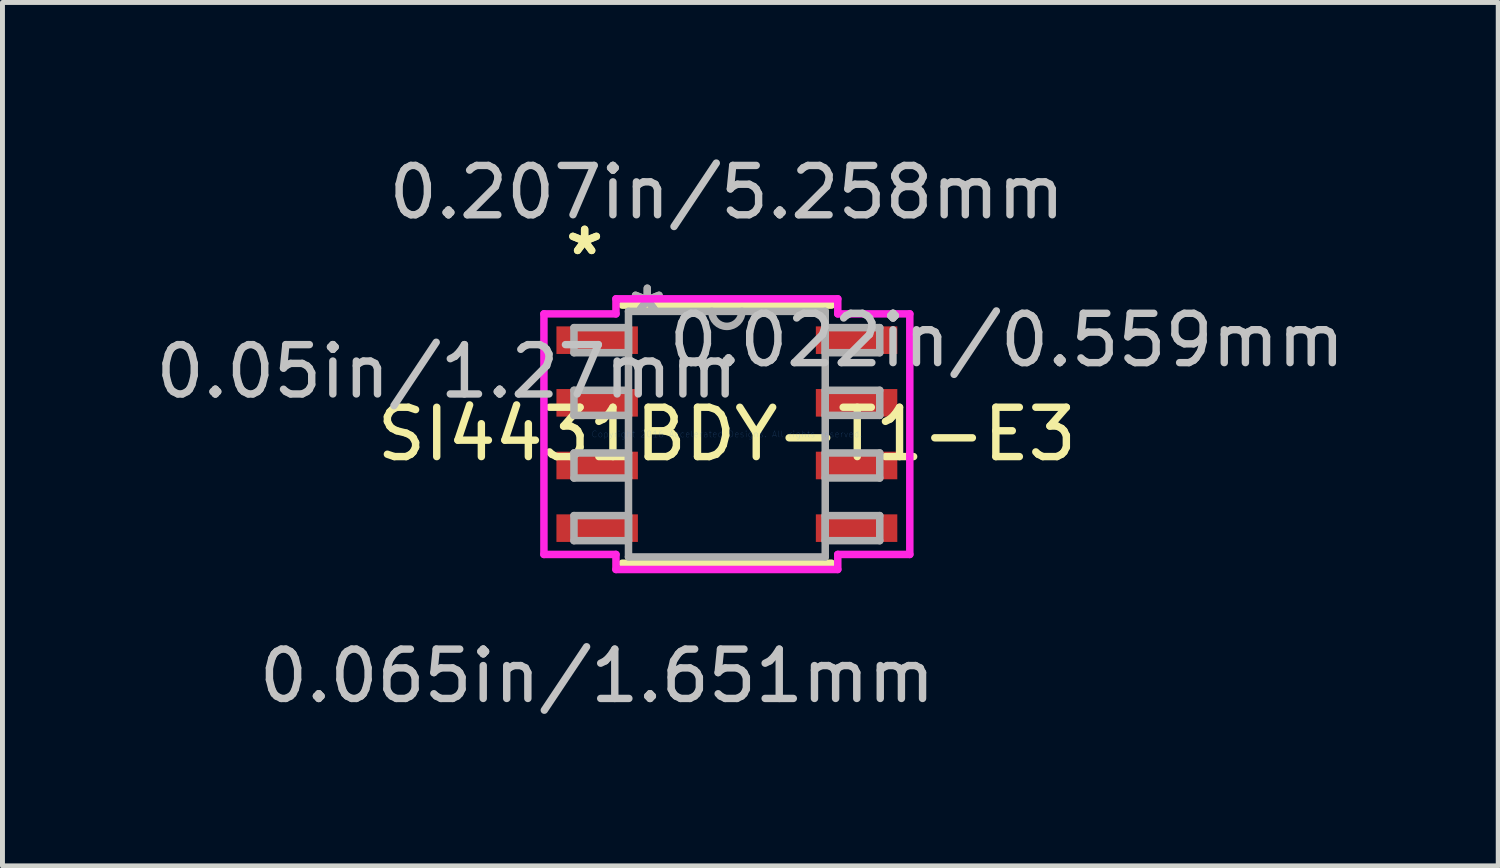
<source format=kicad_pcb>
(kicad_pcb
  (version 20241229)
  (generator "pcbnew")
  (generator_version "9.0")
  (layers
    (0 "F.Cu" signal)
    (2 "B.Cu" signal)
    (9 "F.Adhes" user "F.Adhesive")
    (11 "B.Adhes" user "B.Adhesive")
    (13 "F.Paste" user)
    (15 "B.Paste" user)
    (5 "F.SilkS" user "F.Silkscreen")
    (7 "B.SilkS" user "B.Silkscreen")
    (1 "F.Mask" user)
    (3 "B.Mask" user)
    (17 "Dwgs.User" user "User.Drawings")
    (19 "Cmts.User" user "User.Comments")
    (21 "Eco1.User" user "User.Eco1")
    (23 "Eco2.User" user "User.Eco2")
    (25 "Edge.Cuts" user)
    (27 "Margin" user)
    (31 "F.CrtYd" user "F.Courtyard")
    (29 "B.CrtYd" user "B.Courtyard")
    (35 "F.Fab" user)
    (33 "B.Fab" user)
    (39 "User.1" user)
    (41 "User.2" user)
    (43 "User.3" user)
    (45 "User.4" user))
  (footprint "SI4431BDY-T1-E3"
    (layer "F.Cu")
    (at 11.683 5.75)
    (property "Reference" "SI4431BDY-T1-E3" (at 0 0 0) (layer "F.SilkS") (effects (font (size 1 1) (thickness 0.15))))
    (attr through_hole)
    (fp_line (start -2.121 2.616) (end 2.121 2.616) (stroke (width 0.152) (type solid)) (layer "F.SilkS"))
    (fp_line (start 2.121 -2.616) (end -2.121 -2.616) (stroke (width 0.152) (type solid)) (layer "F.SilkS"))
    (fp_line (start -3.708 -2.438) (end -2.248 -2.438) (stroke (width 0.152) (type solid)) (layer "F.CrtYd"))
    (fp_line (start -3.708 2.438) (end -3.708 -2.438) (stroke (width 0.152) (type solid)) (layer "F.CrtYd"))
    (fp_line (start -2.248 -2.743) (end 2.248 -2.743) (stroke (width 0.152) (type solid)) (layer "F.CrtYd"))
    (fp_line (start -2.248 -2.438) (end -2.248 -2.743) (stroke (width 0.152) (type solid)) (layer "F.CrtYd"))
    (fp_line (start -2.248 2.438) (end -3.708 2.438) (stroke (width 0.152) (type solid)) (layer "F.CrtYd"))
    (fp_line (start -2.248 2.743) (end -2.248 2.438) (stroke (width 0.152) (type solid)) (layer "F.CrtYd"))
    (fp_line (start 2.248 -2.743) (end 2.248 -2.438) (stroke (width 0.152) (type solid)) (layer "F.CrtYd"))
    (fp_line (start 2.248 -2.438) (end 3.708 -2.438) (stroke (width 0.152) (type solid)) (layer "F.CrtYd"))
    (fp_line (start 2.248 2.438) (end 2.248 2.743) (stroke (width 0.152) (type solid)) (layer "F.CrtYd"))
    (fp_line (start 2.248 2.743) (end -2.248 2.743) (stroke (width 0.152) (type solid)) (layer "F.CrtYd"))
    (fp_line (start 3.708 -2.438) (end 3.708 2.438) (stroke (width 0.152) (type solid)) (layer "F.CrtYd"))
    (fp_line (start 3.708 2.438) (end 2.248 2.438) (stroke (width 0.152) (type solid)) (layer "F.CrtYd"))
    (fp_line (start -3.099 -2.159) (end -3.099 -1.651) (stroke (width 0.152) (type solid)) (layer "F.Fab"))
    (fp_line (start -3.099 -1.651) (end -1.994 -1.651) (stroke (width 0.152) (type solid)) (layer "F.Fab"))
    (fp_line (start -3.099 -0.889) (end -3.099 -0.381) (stroke (width 0.152) (type solid)) (layer "F.Fab"))
    (fp_line (start -3.099 -0.381) (end -1.994 -0.381) (stroke (width 0.152) (type solid)) (layer "F.Fab"))
    (fp_line (start -3.099 0.381) (end -3.099 0.889) (stroke (width 0.152) (type solid)) (layer "F.Fab"))
    (fp_line (start -3.099 0.889) (end -1.994 0.889) (stroke (width 0.152) (type solid)) (layer "F.Fab"))
    (fp_line (start -3.099 1.651) (end -3.099 2.159) (stroke (width 0.152) (type solid)) (layer "F.Fab"))
    (fp_line (start -3.099 2.159) (end -1.994 2.159) (stroke (width 0.152) (type solid)) (layer "F.Fab"))
    (fp_line (start -1.994 -2.489) (end -1.994 2.489) (stroke (width 0.152) (type solid)) (layer "F.Fab"))
    (fp_line (start -1.994 -2.159) (end -3.099 -2.159) (stroke (width 0.152) (type solid)) (layer "F.Fab"))
    (fp_line (start -1.994 -1.651) (end -1.994 -2.159) (stroke (width 0.152) (type solid)) (layer "F.Fab"))
    (fp_line (start -1.994 -0.889) (end -3.099 -0.889) (stroke (width 0.152) (type solid)) (layer "F.Fab"))
    (fp_line (start -1.994 -0.381) (end -1.994 -0.889) (stroke (width 0.152) (type solid)) (layer "F.Fab"))
    (fp_line (start -1.994 0.381) (end -3.099 0.381) (stroke (width 0.152) (type solid)) (layer "F.Fab"))
    (fp_line (start -1.994 0.889) (end -1.994 0.381) (stroke (width 0.152) (type solid)) (layer "F.Fab"))
    (fp_line (start -1.994 1.651) (end -3.099 1.651) (stroke (width 0.152) (type solid)) (layer "F.Fab"))
    (fp_line (start -1.994 2.159) (end -1.994 1.651) (stroke (width 0.152) (type solid)) (layer "F.Fab"))
    (fp_line (start -1.994 2.489) (end 1.994 2.489) (stroke (width 0.152) (type solid)) (layer "F.Fab"))
    (fp_line (start 1.994 -2.489) (end -1.994 -2.489) (stroke (width 0.152) (type solid)) (layer "F.Fab"))
    (fp_line (start 1.994 -2.159) (end 1.994 -1.651) (stroke (width 0.152) (type solid)) (layer "F.Fab"))
    (fp_line (start 1.994 -1.651) (end 3.099 -1.651) (stroke (width 0.152) (type solid)) (layer "F.Fab"))
    (fp_line (start 1.994 -0.889) (end 1.994 -0.381) (stroke (width 0.152) (type solid)) (layer "F.Fab"))
    (fp_line (start 1.994 -0.381) (end 3.099 -0.381) (stroke (width 0.152) (type solid)) (layer "F.Fab"))
    (fp_line (start 1.994 0.381) (end 1.994 0.889) (stroke (width 0.152) (type solid)) (layer "F.Fab"))
    (fp_line (start 1.994 0.889) (end 3.099 0.889) (stroke (width 0.152) (type solid)) (layer "F.Fab"))
    (fp_line (start 1.994 1.651) (end 1.994 2.159) (stroke (width 0.152) (type solid)) (layer "F.Fab"))
    (fp_line (start 1.994 2.159) (end 3.099 2.159) (stroke (width 0.152) (type solid)) (layer "F.Fab"))
    (fp_line (start 1.994 2.489) (end 1.994 -2.489) (stroke (width 0.152) (type solid)) (layer "F.Fab"))
    (fp_line (start 3.099 -2.159) (end 1.994 -2.159) (stroke (width 0.152) (type solid)) (layer "F.Fab"))
    (fp_line (start 3.099 -1.651) (end 3.099 -2.159) (stroke (width 0.152) (type solid)) (layer "F.Fab"))
    (fp_line (start 3.099 -0.889) (end 1.994 -0.889) (stroke (width 0.152) (type solid)) (layer "F.Fab"))
    (fp_line (start 3.099 -0.381) (end 3.099 -0.889) (stroke (width 0.152) (type solid)) (layer "F.Fab"))
    (fp_line (start 3.099 0.381) (end 1.994 0.381) (stroke (width 0.152) (type solid)) (layer "F.Fab"))
    (fp_line (start 3.099 0.889) (end 3.099 0.381) (stroke (width 0.152) (type solid)) (layer "F.Fab"))
    (fp_line (start 3.099 1.651) (end 1.994 1.651) (stroke (width 0.152) (type solid)) (layer "F.Fab"))
    (fp_line (start 3.099 2.159) (end 3.099 1.651) (stroke (width 0.152) (type solid)) (layer "F.Fab"))
    (fp_arc (start 0.3048 -2.4892) (mid 0 -2.1844) (end -0.3048 -2.4892) (stroke (width 0.1524) (type solid)) (layer "F.Fab"))
    (fp_text user "*" (at -2.883 -3.607 0) (layer "F.SilkS") (effects (font (size 1 1) (thickness 0.15))))
    (fp_text user "*" (at -2.883 -3.607 0) (layer "F.SilkS") (effects (font (size 1 1) (thickness 0.15))))
    (fp_text user "0.207in/5.258mm" (at 0 -4.902 0) (layer "Dwgs.User") (effects (font (size 1 1) (thickness 0.15))))
    (fp_text user "0.05in/1.27mm" (at -5.677 -1.27 0) (layer "Dwgs.User") (effects (font (size 1 1) (thickness 0.15))))
    (fp_text user "0.022in/0.559mm" (at 5.677 -1.905 0) (layer "Dwgs.User") (effects (font (size 1 1) (thickness 0.15))))
    (fp_text user "0.065in/1.651mm" (at -2.629 4.902 0) (layer "Dwgs.User") (effects (font (size 1 1) (thickness 0.15))))
    (fp_text user "Copyright 2016 Accelerated Designs. All rights reserved." (at 0 0 0) (layer "Cmts.User") (effects (font (size 0.127 0.127) (thickness 0.002))))
    (fp_text user "*" (at -1.613 -2.413 0) (layer "F.Fab") (effects (font (size 1 1) (thickness 0.15))))
    (fp_text user "*" (at -1.613 -2.413 0) (layer "F.Fab") (effects (font (size 1 1) (thickness 0.15))))
    (pad "1" smd rect (at -2.629 -1.905) (size 1.651 0.559) (layers "F.Cu" "F.Mask" "F.Paste"))
    (pad "2" smd rect (at -2.629 -0.635) (size 1.651 0.559) (layers "F.Cu" "F.Mask" "F.Paste"))
    (pad "3" smd rect (at -2.629 0.635) (size 1.651 0.559) (layers "F.Cu" "F.Mask" "F.Paste"))
    (pad "4" smd rect (at -2.629 1.905) (size 1.651 0.559) (layers "F.Cu" "F.Mask" "F.Paste"))
    (pad "5" smd rect (at 2.629 1.905) (size 1.651 0.559) (layers "F.Cu" "F.Mask" "F.Paste"))
    (pad "6" smd rect (at 2.629 0.635) (size 1.651 0.559) (layers "F.Cu" "F.Mask" "F.Paste"))
    (pad "7" smd rect (at 2.629 -0.635) (size 1.651 0.559) (layers "F.Cu" "F.Mask" "F.Paste"))
    (pad "8" smd rect (at 2.629 -1.905) (size 1.651 0.559) (layers "F.Cu" "F.Mask" "F.Paste")))
  (gr_rect
    (start -3 -3)
    (end 27.318 14.501)
    (stroke (width 0.1) (type default))
    (fill no)
    (layer "Edge.Cuts")))
</source>
